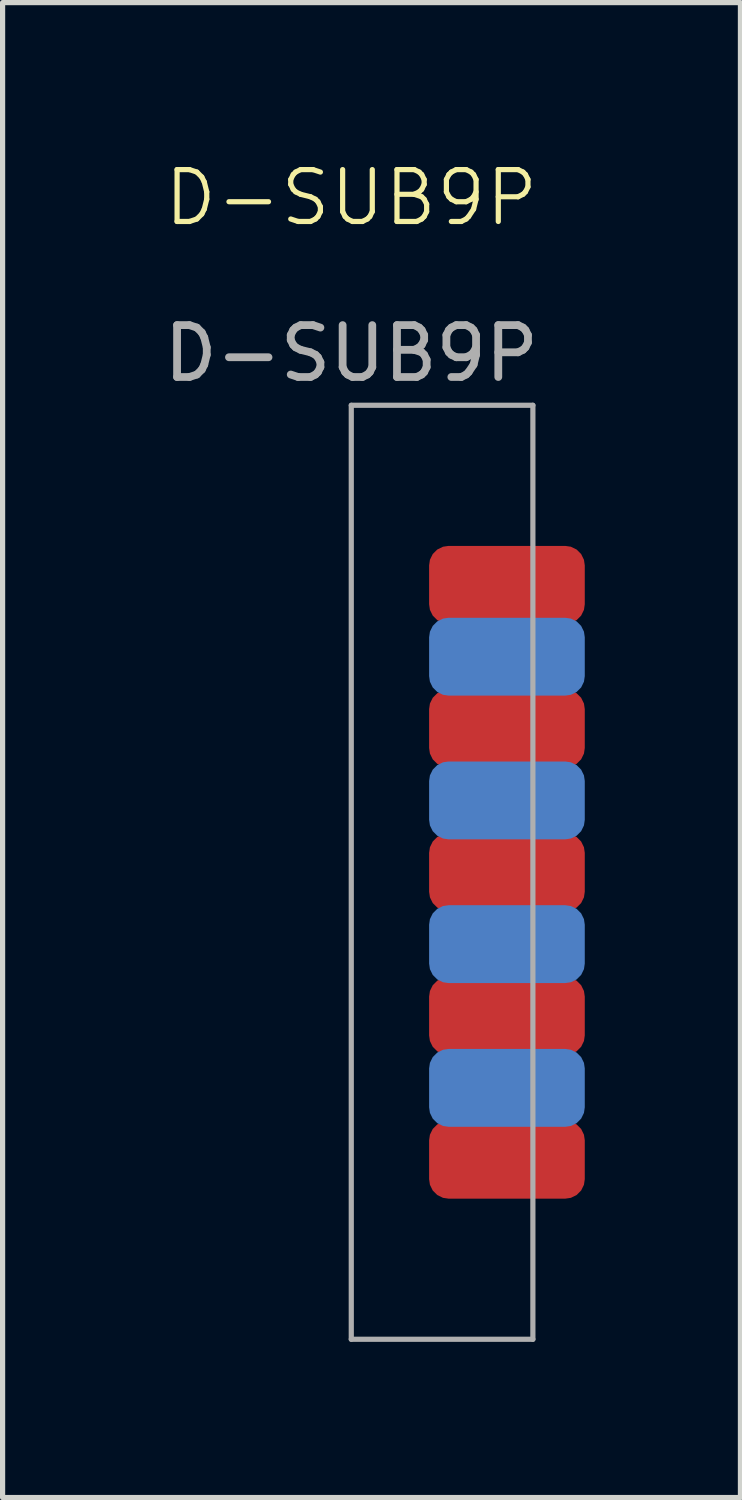
<source format=kicad_pcb>
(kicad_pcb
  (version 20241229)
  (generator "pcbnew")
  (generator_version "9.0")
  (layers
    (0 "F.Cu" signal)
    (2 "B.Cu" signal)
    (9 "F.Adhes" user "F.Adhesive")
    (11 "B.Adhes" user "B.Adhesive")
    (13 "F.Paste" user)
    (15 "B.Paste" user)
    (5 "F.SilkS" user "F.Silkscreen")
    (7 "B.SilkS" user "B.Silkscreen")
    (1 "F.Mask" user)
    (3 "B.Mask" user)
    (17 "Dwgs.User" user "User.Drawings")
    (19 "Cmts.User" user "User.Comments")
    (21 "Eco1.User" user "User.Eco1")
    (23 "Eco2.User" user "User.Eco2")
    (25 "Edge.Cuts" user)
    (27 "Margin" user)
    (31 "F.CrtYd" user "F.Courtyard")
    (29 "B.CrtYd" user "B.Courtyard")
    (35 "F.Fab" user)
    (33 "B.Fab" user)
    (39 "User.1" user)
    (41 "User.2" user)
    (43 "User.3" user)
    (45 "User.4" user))
  (footprint "D-SUB9P"
    (layer "F.Cu")
    (at 3.72 13.761)
    (property "Reference" "D-SUB9P" (at 0 -13 0) (unlocked yes) (layer "F.SilkS") (effects (font (size 1 1) (thickness 0.1))))
    (attr smd)
    (fp_line (start 0 -9) (end 0 9) (stroke (width 0.1) (type default)) (layer "F.Fab"))
    (fp_line (start 0 9) (end 3.5 9) (stroke (width 0.1) (type default)) (layer "F.Fab"))
    (fp_line (start 3.5 -9) (end 0 -9) (stroke (width 0.1) (type default)) (layer "F.Fab"))
    (fp_line (start 3.5 9) (end 3.5 -9) (stroke (width 0.1) (type default)) (layer "F.Fab"))
    (fp_text user "${REFERENCE}" (at 0 -10 0) (unlocked yes) (layer "F.Fab") (effects (font (size 1 1) (thickness 0.15))))
    (pad "1" smd roundrect (at 3 5.54) (size 3 1.5) (layers "F.Cu" "F.Mask" "F.Paste") (roundrect_rratio 0.25))
    (pad "2" smd roundrect (at 3 2.77) (size 3 1.5) (layers "F.Cu" "F.Mask" "F.Paste") (roundrect_rratio 0.25))
    (pad "3" smd roundrect (at 3 0) (size 3 1.5) (layers "F.Cu" "F.Mask" "F.Paste") (roundrect_rratio 0.25))
    (pad "4" smd roundrect (at 3 -2.77) (size 3 1.5) (layers "F.Cu" "F.Mask" "F.Paste") (roundrect_rratio 0.25))
    (pad "5" smd roundrect (at 3 -5.54) (size 3 1.5) (layers "F.Cu" "F.Mask" "F.Paste") (roundrect_rratio 0.25))
    (pad "6" smd roundrect (at 3 4.155) (size 3 1.5) (layers "B.Cu" "B.Mask" "B.Paste") (roundrect_rratio 0.25))
    (pad "7" smd roundrect (at 3 1.385) (size 3 1.5) (layers "B.Cu" "B.Mask" "B.Paste") (roundrect_rratio 0.25))
    (pad "8" smd roundrect (at 3 -1.385) (size 3 1.5) (layers "B.Cu" "B.Mask" "B.Paste") (roundrect_rratio 0.25))
    (pad "9" smd roundrect (at 3 -4.155) (size 3 1.5) (layers "B.Cu" "B.Mask" "B.Paste") (roundrect_rratio 0.25)))
  (gr_rect
    (start -3 -3)
    (end 11.22 25.811)
    (stroke (width 0.1) (type default))
    (fill no)
    (layer "Edge.Cuts")))
</source>
